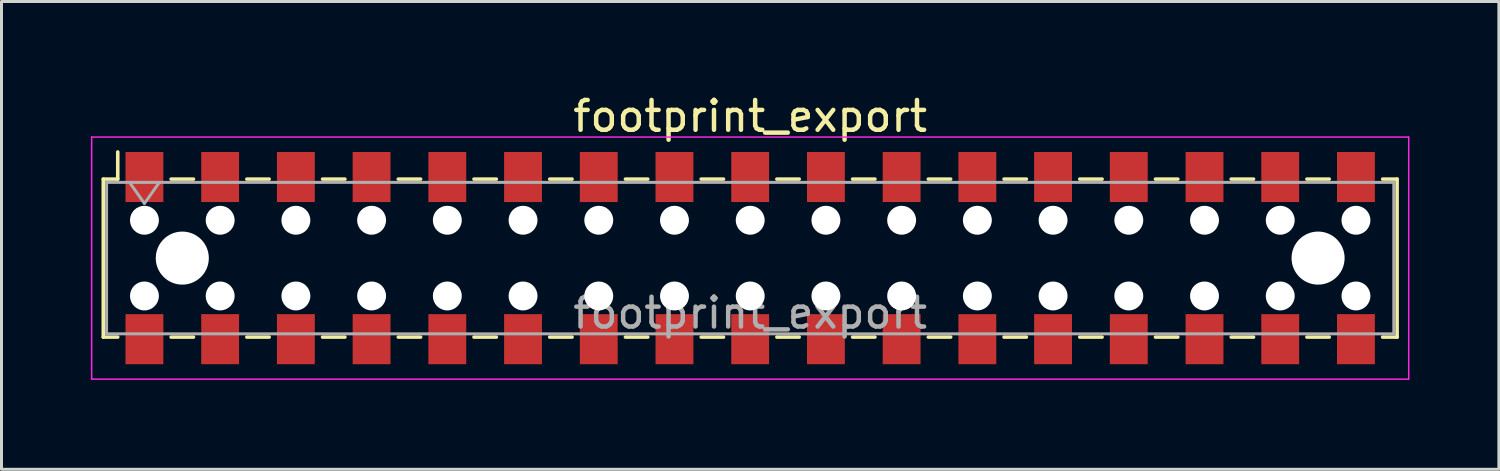
<source format=kicad_pcb>
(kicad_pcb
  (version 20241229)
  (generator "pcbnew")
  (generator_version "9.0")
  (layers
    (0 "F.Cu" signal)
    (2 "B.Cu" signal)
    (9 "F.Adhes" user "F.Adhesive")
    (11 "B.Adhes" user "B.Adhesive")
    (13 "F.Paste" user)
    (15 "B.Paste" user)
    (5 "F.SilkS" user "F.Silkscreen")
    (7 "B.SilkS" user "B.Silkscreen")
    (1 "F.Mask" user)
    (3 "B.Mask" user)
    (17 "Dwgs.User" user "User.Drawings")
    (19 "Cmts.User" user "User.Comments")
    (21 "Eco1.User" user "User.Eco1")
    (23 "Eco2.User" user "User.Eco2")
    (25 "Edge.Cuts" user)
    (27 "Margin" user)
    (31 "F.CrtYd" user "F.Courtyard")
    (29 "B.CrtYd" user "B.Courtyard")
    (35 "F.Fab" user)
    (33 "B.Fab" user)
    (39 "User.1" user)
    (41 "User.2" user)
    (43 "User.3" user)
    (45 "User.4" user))
  (footprint "footprint_export"
    (layer "F.Cu")
    (at 22.115 5.608)
    (property "Reference" "footprint_export" (at 0 -4.76 0) (layer "F.SilkS") (effects (font (size 1 1) (thickness 0.15))))
    (attr smd)
    (fp_line (start -21.7 -2.65) (end -21.7 2.65) (stroke (width 0.12) (type solid)) (layer "F.SilkS"))
    (fp_line (start -21.7 2.65) (end -21.215 2.65) (stroke (width 0.12) (type solid)) (layer "F.SilkS"))
    (fp_line (start -21.215 -3.56) (end -21.215 -2.65) (stroke (width 0.12) (type solid)) (layer "F.SilkS"))
    (fp_line (start -21.215 -2.65) (end -21.7 -2.65) (stroke (width 0.12) (type solid)) (layer "F.SilkS"))
    (fp_line (start -19.425 -2.65) (end -18.675 -2.65) (stroke (width 0.12) (type solid)) (layer "F.SilkS"))
    (fp_line (start -19.425 2.65) (end -18.675 2.65) (stroke (width 0.12) (type solid)) (layer "F.SilkS"))
    (fp_line (start -16.885 -2.65) (end -16.135 -2.65) (stroke (width 0.12) (type solid)) (layer "F.SilkS"))
    (fp_line (start -16.885 2.65) (end -16.135 2.65) (stroke (width 0.12) (type solid)) (layer "F.SilkS"))
    (fp_line (start -14.345 -2.65) (end -13.595 -2.65) (stroke (width 0.12) (type solid)) (layer "F.SilkS"))
    (fp_line (start -14.345 2.65) (end -13.595 2.65) (stroke (width 0.12) (type solid)) (layer "F.SilkS"))
    (fp_line (start -11.805 -2.65) (end -11.055 -2.65) (stroke (width 0.12) (type solid)) (layer "F.SilkS"))
    (fp_line (start -11.805 2.65) (end -11.055 2.65) (stroke (width 0.12) (type solid)) (layer "F.SilkS"))
    (fp_line (start -9.265 -2.65) (end -8.515 -2.65) (stroke (width 0.12) (type solid)) (layer "F.SilkS"))
    (fp_line (start -9.265 2.65) (end -8.515 2.65) (stroke (width 0.12) (type solid)) (layer "F.SilkS"))
    (fp_line (start -6.725 -2.65) (end -5.975 -2.65) (stroke (width 0.12) (type solid)) (layer "F.SilkS"))
    (fp_line (start -6.725 2.65) (end -5.975 2.65) (stroke (width 0.12) (type solid)) (layer "F.SilkS"))
    (fp_line (start -4.185 -2.65) (end -3.435 -2.65) (stroke (width 0.12) (type solid)) (layer "F.SilkS"))
    (fp_line (start -4.185 2.65) (end -3.435 2.65) (stroke (width 0.12) (type solid)) (layer "F.SilkS"))
    (fp_line (start -1.645 -2.65) (end -0.895 -2.65) (stroke (width 0.12) (type solid)) (layer "F.SilkS"))
    (fp_line (start -1.645 2.65) (end -0.895 2.65) (stroke (width 0.12) (type solid)) (layer "F.SilkS"))
    (fp_line (start 0.895 -2.65) (end 1.645 -2.65) (stroke (width 0.12) (type solid)) (layer "F.SilkS"))
    (fp_line (start 0.895 2.65) (end 1.645 2.65) (stroke (width 0.12) (type solid)) (layer "F.SilkS"))
    (fp_line (start 3.435 -2.65) (end 4.185 -2.65) (stroke (width 0.12) (type solid)) (layer "F.SilkS"))
    (fp_line (start 3.435 2.65) (end 4.185 2.65) (stroke (width 0.12) (type solid)) (layer "F.SilkS"))
    (fp_line (start 5.975 -2.65) (end 6.725 -2.65) (stroke (width 0.12) (type solid)) (layer "F.SilkS"))
    (fp_line (start 5.975 2.65) (end 6.725 2.65) (stroke (width 0.12) (type solid)) (layer "F.SilkS"))
    (fp_line (start 8.515 -2.65) (end 9.265 -2.65) (stroke (width 0.12) (type solid)) (layer "F.SilkS"))
    (fp_line (start 8.515 2.65) (end 9.265 2.65) (stroke (width 0.12) (type solid)) (layer "F.SilkS"))
    (fp_line (start 11.055 -2.65) (end 11.805 -2.65) (stroke (width 0.12) (type solid)) (layer "F.SilkS"))
    (fp_line (start 11.055 2.65) (end 11.805 2.65) (stroke (width 0.12) (type solid)) (layer "F.SilkS"))
    (fp_line (start 13.595 -2.65) (end 14.345 -2.65) (stroke (width 0.12) (type solid)) (layer "F.SilkS"))
    (fp_line (start 13.595 2.65) (end 14.345 2.65) (stroke (width 0.12) (type solid)) (layer "F.SilkS"))
    (fp_line (start 16.135 -2.65) (end 16.885 -2.65) (stroke (width 0.12) (type solid)) (layer "F.SilkS"))
    (fp_line (start 16.135 2.65) (end 16.885 2.65) (stroke (width 0.12) (type solid)) (layer "F.SilkS"))
    (fp_line (start 18.675 -2.65) (end 19.425 -2.65) (stroke (width 0.12) (type solid)) (layer "F.SilkS"))
    (fp_line (start 18.675 2.65) (end 19.425 2.65) (stroke (width 0.12) (type solid)) (layer "F.SilkS"))
    (fp_line (start 21.215 -2.65) (end 21.7 -2.65) (stroke (width 0.12) (type solid)) (layer "F.SilkS"))
    (fp_line (start 21.7 -2.65) (end 21.7 2.65) (stroke (width 0.12) (type solid)) (layer "F.SilkS"))
    (fp_line (start 21.7 2.65) (end 21.215 2.65) (stroke (width 0.12) (type solid)) (layer "F.SilkS"))
    (fp_line (start -22.09 -4.06) (end 22.09 -4.06) (stroke (width 0.05) (type solid)) (layer "F.CrtYd"))
    (fp_line (start -22.09 4.06) (end -22.09 -4.06) (stroke (width 0.05) (type solid)) (layer "F.CrtYd"))
    (fp_line (start 22.09 -4.06) (end 22.09 4.06) (stroke (width 0.05) (type solid)) (layer "F.CrtYd"))
    (fp_line (start 22.09 4.06) (end -22.09 4.06) (stroke (width 0.05) (type solid)) (layer "F.CrtYd"))
    (fp_line (start -21.59 -2.54) (end 21.59 -2.54) (stroke (width 0.1) (type solid)) (layer "F.Fab"))
    (fp_line (start -21.59 2.54) (end -21.59 -2.54) (stroke (width 0.1) (type solid)) (layer "F.Fab"))
    (fp_line (start -20.82 -2.54) (end -20.32 -1.833) (stroke (width 0.1) (type solid)) (layer "F.Fab"))
    (fp_line (start -20.32 -1.833) (end -19.82 -2.54) (stroke (width 0.1) (type solid)) (layer "F.Fab"))
    (fp_line (start 21.59 -2.54) (end 21.59 2.54) (stroke (width 0.1) (type solid)) (layer "F.Fab"))
    (fp_line (start 21.59 2.54) (end -21.59 2.54) (stroke (width 0.1) (type solid)) (layer "F.Fab"))
    (fp_text user "${REFERENCE}" (at 0 1.84 0) (layer "F.Fab") (effects (font (size 1 1) (thickness 0.15))))
    (pad "" np_thru_hole circle (at -20.32 -1.27) (size 0.97 0.97) (drill 0.97) (layers "*.Cu" "*.Mask"))
    (pad "" np_thru_hole circle (at -20.32 1.27) (size 0.97 0.97) (drill 0.97) (layers "*.Cu" "*.Mask"))
    (pad "" np_thru_hole circle (at -19.05 0) (size 1.78 1.78) (drill 1.78) (layers "*.Cu" "*.Mask"))
    (pad "" np_thru_hole circle (at -17.78 -1.27) (size 0.97 0.97) (drill 0.97) (layers "*.Cu" "*.Mask"))
    (pad "" np_thru_hole circle (at -17.78 1.27) (size 0.97 0.97) (drill 0.97) (layers "*.Cu" "*.Mask"))
    (pad "" np_thru_hole circle (at -15.24 -1.27) (size 0.97 0.97) (drill 0.97) (layers "*.Cu" "*.Mask"))
    (pad "" np_thru_hole circle (at -15.24 1.27) (size 0.97 0.97) (drill 0.97) (layers "*.Cu" "*.Mask"))
    (pad "" np_thru_hole circle (at -12.7 -1.27) (size 0.97 0.97) (drill 0.97) (layers "*.Cu" "*.Mask"))
    (pad "" np_thru_hole circle (at -12.7 1.27) (size 0.97 0.97) (drill 0.97) (layers "*.Cu" "*.Mask"))
    (pad "" np_thru_hole circle (at -10.16 -1.27) (size 0.97 0.97) (drill 0.97) (layers "*.Cu" "*.Mask"))
    (pad "" np_thru_hole circle (at -10.16 1.27) (size 0.97 0.97) (drill 0.97) (layers "*.Cu" "*.Mask"))
    (pad "" np_thru_hole circle (at -7.62 -1.27) (size 0.97 0.97) (drill 0.97) (layers "*.Cu" "*.Mask"))
    (pad "" np_thru_hole circle (at -7.62 1.27) (size 0.97 0.97) (drill 0.97) (layers "*.Cu" "*.Mask"))
    (pad "" np_thru_hole circle (at -5.08 -1.27) (size 0.97 0.97) (drill 0.97) (layers "*.Cu" "*.Mask"))
    (pad "" np_thru_hole circle (at -5.08 1.27) (size 0.97 0.97) (drill 0.97) (layers "*.Cu" "*.Mask"))
    (pad "" np_thru_hole circle (at -2.54 -1.27) (size 0.97 0.97) (drill 0.97) (layers "*.Cu" "*.Mask"))
    (pad "" np_thru_hole circle (at -2.54 1.27) (size 0.97 0.97) (drill 0.97) (layers "*.Cu" "*.Mask"))
    (pad "" np_thru_hole circle (at 0 -1.27) (size 0.97 0.97) (drill 0.97) (layers "*.Cu" "*.Mask"))
    (pad "" np_thru_hole circle (at 0 1.27) (size 0.97 0.97) (drill 0.97) (layers "*.Cu" "*.Mask"))
    (pad "" np_thru_hole circle (at 2.54 -1.27) (size 0.97 0.97) (drill 0.97) (layers "*.Cu" "*.Mask"))
    (pad "" np_thru_hole circle (at 2.54 1.27) (size 0.97 0.97) (drill 0.97) (layers "*.Cu" "*.Mask"))
    (pad "" np_thru_hole circle (at 5.08 -1.27) (size 0.97 0.97) (drill 0.97) (layers "*.Cu" "*.Mask"))
    (pad "" np_thru_hole circle (at 5.08 1.27) (size 0.97 0.97) (drill 0.97) (layers "*.Cu" "*.Mask"))
    (pad "" np_thru_hole circle (at 7.62 -1.27) (size 0.97 0.97) (drill 0.97) (layers "*.Cu" "*.Mask"))
    (pad "" np_thru_hole circle (at 7.62 1.27) (size 0.97 0.97) (drill 0.97) (layers "*.Cu" "*.Mask"))
    (pad "" np_thru_hole circle (at 10.16 -1.27) (size 0.97 0.97) (drill 0.97) (layers "*.Cu" "*.Mask"))
    (pad "" np_thru_hole circle (at 10.16 1.27) (size 0.97 0.97) (drill 0.97) (layers "*.Cu" "*.Mask"))
    (pad "" np_thru_hole circle (at 12.7 -1.27) (size 0.97 0.97) (drill 0.97) (layers "*.Cu" "*.Mask"))
    (pad "" np_thru_hole circle (at 12.7 1.27) (size 0.97 0.97) (drill 0.97) (layers "*.Cu" "*.Mask"))
    (pad "" np_thru_hole circle (at 15.24 -1.27) (size 0.97 0.97) (drill 0.97) (layers "*.Cu" "*.Mask"))
    (pad "" np_thru_hole circle (at 15.24 1.27) (size 0.97 0.97) (drill 0.97) (layers "*.Cu" "*.Mask"))
    (pad "" np_thru_hole circle (at 17.78 -1.27) (size 0.97 0.97) (drill 0.97) (layers "*.Cu" "*.Mask"))
    (pad "" np_thru_hole circle (at 17.78 1.27) (size 0.97 0.97) (drill 0.97) (layers "*.Cu" "*.Mask"))
    (pad "" np_thru_hole circle (at 19.05 0) (size 1.78 1.78) (drill 1.78) (layers "*.Cu" "*.Mask"))
    (pad "" np_thru_hole circle (at 20.32 -1.27) (size 0.97 0.97) (drill 0.97) (layers "*.Cu" "*.Mask"))
    (pad "" np_thru_hole circle (at 20.32 1.27) (size 0.97 0.97) (drill 0.97) (layers "*.Cu" "*.Mask"))
    (pad "1" smd rect (at -20.32 -2.72) (size 1.27 1.68) (layers "F.Cu" "F.Mask" "F.Paste"))
    (pad "2" smd rect (at -20.32 2.72) (size 1.27 1.68) (layers "F.Cu" "F.Mask" "F.Paste"))
    (pad "3" smd rect (at -17.78 -2.72) (size 1.27 1.68) (layers "F.Cu" "F.Mask" "F.Paste"))
    (pad "4" smd rect (at -17.78 2.72) (size 1.27 1.68) (layers "F.Cu" "F.Mask" "F.Paste"))
    (pad "5" smd rect (at -15.24 -2.72) (size 1.27 1.68) (layers "F.Cu" "F.Mask" "F.Paste"))
    (pad "6" smd rect (at -15.24 2.72) (size 1.27 1.68) (layers "F.Cu" "F.Mask" "F.Paste"))
    (pad "7" smd rect (at -12.7 -2.72) (size 1.27 1.68) (layers "F.Cu" "F.Mask" "F.Paste"))
    (pad "8" smd rect (at -12.7 2.72) (size 1.27 1.68) (layers "F.Cu" "F.Mask" "F.Paste"))
    (pad "9" smd rect (at -10.16 -2.72) (size 1.27 1.68) (layers "F.Cu" "F.Mask" "F.Paste"))
    (pad "10" smd rect (at -10.16 2.72) (size 1.27 1.68) (layers "F.Cu" "F.Mask" "F.Paste"))
    (pad "11" smd rect (at -7.62 -2.72) (size 1.27 1.68) (layers "F.Cu" "F.Mask" "F.Paste"))
    (pad "12" smd rect (at -7.62 2.72) (size 1.27 1.68) (layers "F.Cu" "F.Mask" "F.Paste"))
    (pad "13" smd rect (at -5.08 -2.72) (size 1.27 1.68) (layers "F.Cu" "F.Mask" "F.Paste"))
    (pad "14" smd rect (at -5.08 2.72) (size 1.27 1.68) (layers "F.Cu" "F.Mask" "F.Paste"))
    (pad "15" smd rect (at -2.54 -2.72) (size 1.27 1.68) (layers "F.Cu" "F.Mask" "F.Paste"))
    (pad "16" smd rect (at -2.54 2.72) (size 1.27 1.68) (layers "F.Cu" "F.Mask" "F.Paste"))
    (pad "17" smd rect (at 0 -2.72) (size 1.27 1.68) (layers "F.Cu" "F.Mask" "F.Paste"))
    (pad "18" smd rect (at 0 2.72) (size 1.27 1.68) (layers "F.Cu" "F.Mask" "F.Paste"))
    (pad "19" smd rect (at 2.54 -2.72) (size 1.27 1.68) (layers "F.Cu" "F.Mask" "F.Paste"))
    (pad "20" smd rect (at 2.54 2.72) (size 1.27 1.68) (layers "F.Cu" "F.Mask" "F.Paste"))
    (pad "21" smd rect (at 5.08 -2.72) (size 1.27 1.68) (layers "F.Cu" "F.Mask" "F.Paste"))
    (pad "22" smd rect (at 5.08 2.72) (size 1.27 1.68) (layers "F.Cu" "F.Mask" "F.Paste"))
    (pad "23" smd rect (at 7.62 -2.72) (size 1.27 1.68) (layers "F.Cu" "F.Mask" "F.Paste"))
    (pad "24" smd rect (at 7.62 2.72) (size 1.27 1.68) (layers "F.Cu" "F.Mask" "F.Paste"))
    (pad "25" smd rect (at 10.16 -2.72) (size 1.27 1.68) (layers "F.Cu" "F.Mask" "F.Paste"))
    (pad "26" smd rect (at 10.16 2.72) (size 1.27 1.68) (layers "F.Cu" "F.Mask" "F.Paste"))
    (pad "27" smd rect (at 12.7 -2.72) (size 1.27 1.68) (layers "F.Cu" "F.Mask" "F.Paste"))
    (pad "28" smd rect (at 12.7 2.72) (size 1.27 1.68) (layers "F.Cu" "F.Mask" "F.Paste"))
    (pad "29" smd rect (at 15.24 -2.72) (size 1.27 1.68) (layers "F.Cu" "F.Mask" "F.Paste"))
    (pad "30" smd rect (at 15.24 2.72) (size 1.27 1.68) (layers "F.Cu" "F.Mask" "F.Paste"))
    (pad "31" smd rect (at 17.78 -2.72) (size 1.27 1.68) (layers "F.Cu" "F.Mask" "F.Paste"))
    (pad "32" smd rect (at 17.78 2.72) (size 1.27 1.68) (layers "F.Cu" "F.Mask" "F.Paste"))
    (pad "33" smd rect (at 20.32 -2.72) (size 1.27 1.68) (layers "F.Cu" "F.Mask" "F.Paste"))
    (pad "34" smd rect (at 20.32 2.72) (size 1.27 1.68) (layers "F.Cu" "F.Mask" "F.Paste")))
  (gr_rect
    (start -3 -3)
    (end 47.23 12.693)
    (stroke (width 0.1) (type default))
    (fill no)
    (layer "Edge.Cuts")))
</source>
